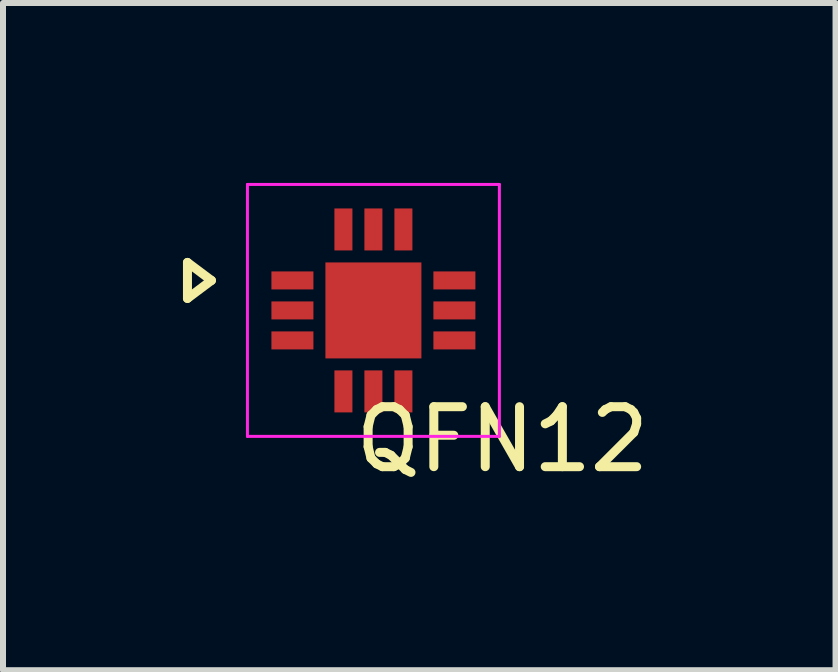
<source format=kicad_pcb>
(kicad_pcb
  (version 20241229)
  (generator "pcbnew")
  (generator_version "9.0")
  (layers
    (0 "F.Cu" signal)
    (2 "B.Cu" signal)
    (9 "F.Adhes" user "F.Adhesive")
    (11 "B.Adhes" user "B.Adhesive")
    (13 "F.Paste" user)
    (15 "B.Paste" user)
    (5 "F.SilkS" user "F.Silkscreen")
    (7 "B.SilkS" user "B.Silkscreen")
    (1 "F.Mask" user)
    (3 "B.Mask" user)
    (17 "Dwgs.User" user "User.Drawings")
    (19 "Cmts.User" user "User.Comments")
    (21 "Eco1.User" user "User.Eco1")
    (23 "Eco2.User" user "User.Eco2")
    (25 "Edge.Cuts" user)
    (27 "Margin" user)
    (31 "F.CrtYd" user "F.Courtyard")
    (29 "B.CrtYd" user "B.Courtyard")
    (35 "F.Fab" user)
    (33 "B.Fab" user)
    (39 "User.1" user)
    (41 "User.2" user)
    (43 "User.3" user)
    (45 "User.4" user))
  (footprint "QFN12"
    (layer "F.Cu")
    (at 3.175 2.125)
    (property "Reference" "QFN12" (at 2.15 2.15 0) (layer "F.SilkS") (effects (font (size 1 1) (thickness 0.15))))
    (attr through_hole)
    (fp_line (start -3.1 -0.8) (end -2.7 -0.5) (stroke (width 0.15) (type solid)) (layer "F.SilkS"))
    (fp_line (start -3.1 -0.2) (end -3.1 -0.8) (stroke (width 0.15) (type solid)) (layer "F.SilkS"))
    (fp_line (start -2.7 -0.5) (end -3.1 -0.2) (stroke (width 0.15) (type solid)) (layer "F.SilkS"))
    (fp_line (start -2.1 -2.1) (end -2.1 2.1) (stroke (width 0.05) (type solid)) (layer "F.CrtYd"))
    (fp_line (start -2.1 -2.1) (end 2.1 -2.1) (stroke (width 0.05) (type solid)) (layer "F.CrtYd"))
    (fp_line (start 2.1 -2.1) (end 2.1 2.1) (stroke (width 0.05) (type solid)) (layer "F.CrtYd"))
    (fp_line (start 2.1 2.1) (end -2.1 2.1) (stroke (width 0.05) (type solid)) (layer "F.CrtYd"))
    (pad "0" smd rect (at 0 0) (size 1.6 1.6) (layers "F.Cu" "F.Mask" "F.Paste"))
    (pad "1" smd rect (at -1.35 -0.5) (size 0.7 0.3) (layers "F.Cu" "F.Mask" "F.Paste"))
    (pad "2" smd rect (at -1.35 0) (size 0.7 0.3) (layers "F.Cu" "F.Mask" "F.Paste"))
    (pad "3" smd rect (at -1.35 0.5) (size 0.7 0.3) (layers "F.Cu" "F.Mask" "F.Paste"))
    (pad "4" smd rect (at -0.5 1.35) (size 0.3 0.7) (layers "F.Cu" "F.Mask" "F.Paste"))
    (pad "5" smd rect (at 0 1.35) (size 0.3 0.7) (layers "F.Cu" "F.Mask" "F.Paste"))
    (pad "6" smd rect (at 0.5 1.35) (size 0.3 0.7) (layers "F.Cu" "F.Mask" "F.Paste"))
    (pad "7" smd rect (at 1.35 0.5) (size 0.7 0.3) (layers "F.Cu" "F.Mask" "F.Paste"))
    (pad "8" smd rect (at 1.35 0) (size 0.7 0.3) (layers "F.Cu" "F.Mask" "F.Paste"))
    (pad "9" smd rect (at 1.35 -0.5) (size 0.7 0.3) (layers "F.Cu" "F.Mask" "F.Paste"))
    (pad "10" smd rect (at 0.5 -1.35) (size 0.3 0.7) (layers "F.Cu" "F.Mask" "F.Paste"))
    (pad "11" smd rect (at 0 -1.35) (size 0.3 0.7) (layers "F.Cu" "F.Mask" "F.Paste"))
    (pad "12" smd rect (at -0.5 -1.35) (size 0.3 0.7) (layers "F.Cu" "F.Mask" "F.Paste")))
  (gr_rect
    (start -3 -3)
    (end 10.879 8.123)
    (stroke (width 0.1) (type default))
    (fill no)
    (layer "Edge.Cuts")))
</source>
